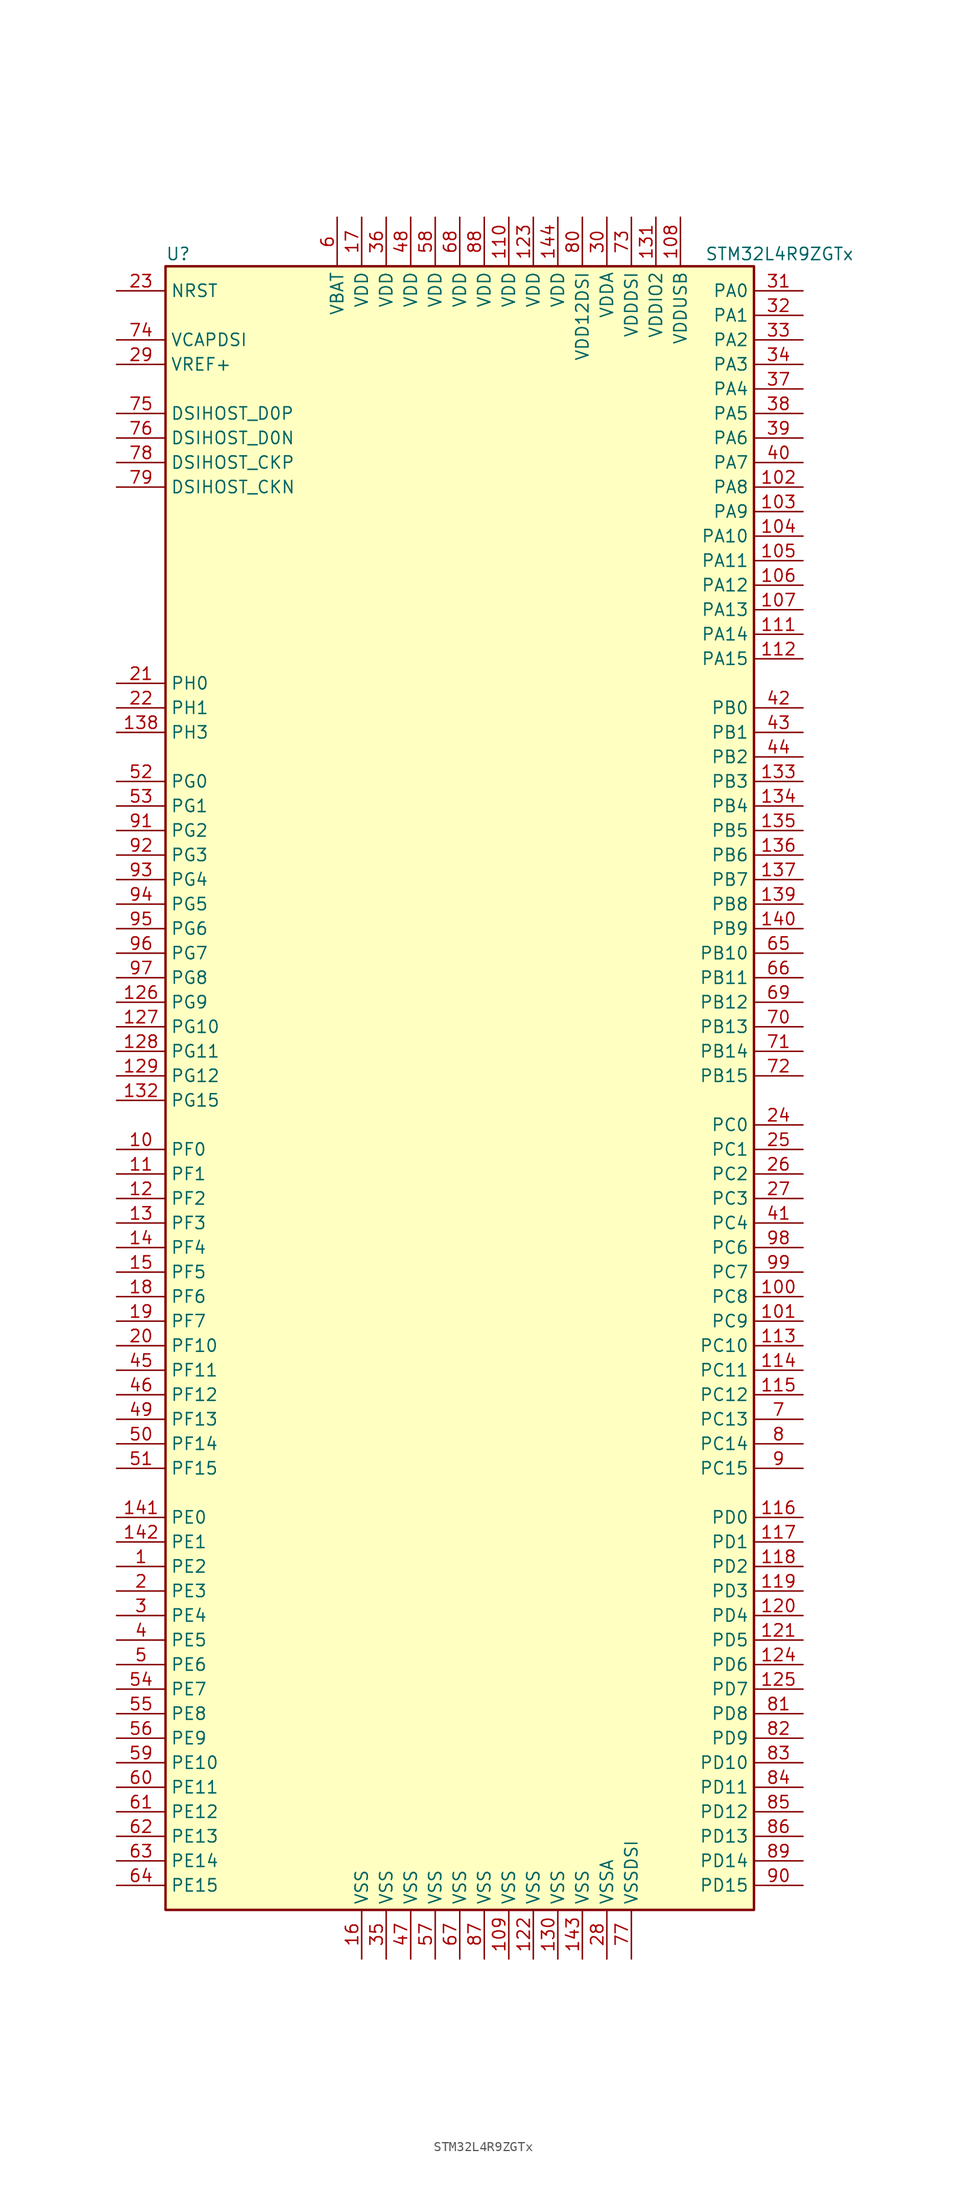
<source format=kicad_sym>
(kicad_symbol_lib
  (version 20201005)
  (generator kicad_symbol_editor)
  (symbol "STM32L4R9ZGTx"
    (property "Reference" "U"
      (at -30.48 85.09 0)
      (effects (font (size 1.27 1.27)) (justify left)))
    (property "Value" "STM32L4R9ZGTx"
      (at 25.4 85.09 0)
      (effects (font (size 1.27 1.27)) (justify left)))
    (symbol "STM32L4R9ZGTx_0_1"
      (rectangle (start -30.48 -86.36) (end 30.48 83.82) (stroke (width 0.254)) (fill (type background))))
    (symbol "STM32L4R9ZGTx_1_1"
      (pin bidirectional line (at -35.56 60.96 0) (length 5.08) (name "DSIHOST_CKN" (effects (font (size 1.27 1.27)))) (number "79" (effects (font (size 1.27 1.27)))))
      (pin bidirectional line (at -35.56 63.5 0) (length 5.08) (name "DSIHOST_CKP" (effects (font (size 1.27 1.27)))) (number "78" (effects (font (size 1.27 1.27)))))
      (pin bidirectional line (at -35.56 66.04 0) (length 5.08) (name "DSIHOST_D0N" (effects (font (size 1.27 1.27)))) (number "76" (effects (font (size 1.27 1.27)))))
      (pin bidirectional line (at -35.56 68.58 0) (length 5.08) (name "DSIHOST_D0P" (effects (font (size 1.27 1.27)))) (number "75" (effects (font (size 1.27 1.27)))))
      (pin input line (at -35.56 81.28 0) (length 5.08) (name "NRST" (effects (font (size 1.27 1.27)))) (number "23" (effects (font (size 1.27 1.27)))))
      (pin bidirectional line (at 35.56 81.28 180) (length 5.08) (name "PA0" (effects (font (size 1.27 1.27)))) (number "31" (effects (font (size 1.27 1.27)))))
      (pin bidirectional line (at 35.56 78.74 180) (length 5.08) (name "PA1" (effects (font (size 1.27 1.27)))) (number "32" (effects (font (size 1.27 1.27)))))
      (pin bidirectional line (at 35.56 55.88 180) (length 5.08) (name "PA10" (effects (font (size 1.27 1.27)))) (number "104" (effects (font (size 1.27 1.27)))))
      (pin bidirectional line (at 35.56 53.34 180) (length 5.08) (name "PA11" (effects (font (size 1.27 1.27)))) (number "105" (effects (font (size 1.27 1.27)))))
      (pin bidirectional line (at 35.56 50.8 180) (length 5.08) (name "PA12" (effects (font (size 1.27 1.27)))) (number "106" (effects (font (size 1.27 1.27)))))
      (pin bidirectional line (at 35.56 48.26 180) (length 5.08) (name "PA13" (effects (font (size 1.27 1.27)))) (number "107" (effects (font (size 1.27 1.27)))))
      (pin bidirectional line (at 35.56 45.72 180) (length 5.08) (name "PA14" (effects (font (size 1.27 1.27)))) (number "111" (effects (font (size 1.27 1.27)))))
      (pin bidirectional line (at 35.56 43.18 180) (length 5.08) (name "PA15" (effects (font (size 1.27 1.27)))) (number "112" (effects (font (size 1.27 1.27)))))
      (pin bidirectional line (at 35.56 76.2 180) (length 5.08) (name "PA2" (effects (font (size 1.27 1.27)))) (number "33" (effects (font (size 1.27 1.27)))))
      (pin bidirectional line (at 35.56 73.66 180) (length 5.08) (name "PA3" (effects (font (size 1.27 1.27)))) (number "34" (effects (font (size 1.27 1.27)))))
      (pin bidirectional line (at 35.56 71.12 180) (length 5.08) (name "PA4" (effects (font (size 1.27 1.27)))) (number "37" (effects (font (size 1.27 1.27)))))
      (pin bidirectional line (at 35.56 68.58 180) (length 5.08) (name "PA5" (effects (font (size 1.27 1.27)))) (number "38" (effects (font (size 1.27 1.27)))))
      (pin bidirectional line (at 35.56 66.04 180) (length 5.08) (name "PA6" (effects (font (size 1.27 1.27)))) (number "39" (effects (font (size 1.27 1.27)))))
      (pin bidirectional line (at 35.56 63.5 180) (length 5.08) (name "PA7" (effects (font (size 1.27 1.27)))) (number "40" (effects (font (size 1.27 1.27)))))
      (pin bidirectional line (at 35.56 60.96 180) (length 5.08) (name "PA8" (effects (font (size 1.27 1.27)))) (number "102" (effects (font (size 1.27 1.27)))))
      (pin bidirectional line (at 35.56 58.42 180) (length 5.08) (name "PA9" (effects (font (size 1.27 1.27)))) (number "103" (effects (font (size 1.27 1.27)))))
      (pin bidirectional line (at 35.56 38.1 180) (length 5.08) (name "PB0" (effects (font (size 1.27 1.27)))) (number "42" (effects (font (size 1.27 1.27)))))
      (pin bidirectional line (at 35.56 35.56 180) (length 5.08) (name "PB1" (effects (font (size 1.27 1.27)))) (number "43" (effects (font (size 1.27 1.27)))))
      (pin bidirectional line (at 35.56 12.7 180) (length 5.08) (name "PB10" (effects (font (size 1.27 1.27)))) (number "65" (effects (font (size 1.27 1.27)))))
      (pin bidirectional line (at 35.56 10.16 180) (length 5.08) (name "PB11" (effects (font (size 1.27 1.27)))) (number "66" (effects (font (size 1.27 1.27)))))
      (pin bidirectional line (at 35.56 7.62 180) (length 5.08) (name "PB12" (effects (font (size 1.27 1.27)))) (number "69" (effects (font (size 1.27 1.27)))))
      (pin bidirectional line (at 35.56 5.08 180) (length 5.08) (name "PB13" (effects (font (size 1.27 1.27)))) (number "70" (effects (font (size 1.27 1.27)))))
      (pin bidirectional line (at 35.56 2.54 180) (length 5.08) (name "PB14" (effects (font (size 1.27 1.27)))) (number "71" (effects (font (size 1.27 1.27)))))
      (pin bidirectional line (at 35.56 0 180) (length 5.08) (name "PB15" (effects (font (size 1.27 1.27)))) (number "72" (effects (font (size 1.27 1.27)))))
      (pin bidirectional line (at 35.56 33.02 180) (length 5.08) (name "PB2" (effects (font (size 1.27 1.27)))) (number "44" (effects (font (size 1.27 1.27)))))
      (pin bidirectional line (at 35.56 30.48 180) (length 5.08) (name "PB3" (effects (font (size 1.27 1.27)))) (number "133" (effects (font (size 1.27 1.27)))))
      (pin bidirectional line (at 35.56 27.94 180) (length 5.08) (name "PB4" (effects (font (size 1.27 1.27)))) (number "134" (effects (font (size 1.27 1.27)))))
      (pin bidirectional line (at 35.56 25.4 180) (length 5.08) (name "PB5" (effects (font (size 1.27 1.27)))) (number "135" (effects (font (size 1.27 1.27)))))
      (pin bidirectional line (at 35.56 22.86 180) (length 5.08) (name "PB6" (effects (font (size 1.27 1.27)))) (number "136" (effects (font (size 1.27 1.27)))))
      (pin bidirectional line (at 35.56 20.32 180) (length 5.08) (name "PB7" (effects (font (size 1.27 1.27)))) (number "137" (effects (font (size 1.27 1.27)))))
      (pin bidirectional line (at 35.56 17.78 180) (length 5.08) (name "PB8" (effects (font (size 1.27 1.27)))) (number "139" (effects (font (size 1.27 1.27)))))
      (pin bidirectional line (at 35.56 15.24 180) (length 5.08) (name "PB9" (effects (font (size 1.27 1.27)))) (number "140" (effects (font (size 1.27 1.27)))))
      (pin bidirectional line (at 35.56 -5.08 180) (length 5.08) (name "PC0" (effects (font (size 1.27 1.27)))) (number "24" (effects (font (size 1.27 1.27)))))
      (pin bidirectional line (at 35.56 -7.62 180) (length 5.08) (name "PC1" (effects (font (size 1.27 1.27)))) (number "25" (effects (font (size 1.27 1.27)))))
      (pin bidirectional line (at 35.56 -27.94 180) (length 5.08) (name "PC10" (effects (font (size 1.27 1.27)))) (number "113" (effects (font (size 1.27 1.27)))))
      (pin bidirectional line (at 35.56 -30.48 180) (length 5.08) (name "PC11" (effects (font (size 1.27 1.27)))) (number "114" (effects (font (size 1.27 1.27)))))
      (pin bidirectional line (at 35.56 -33.02 180) (length 5.08) (name "PC12" (effects (font (size 1.27 1.27)))) (number "115" (effects (font (size 1.27 1.27)))))
      (pin bidirectional line (at 35.56 -35.56 180) (length 5.08) (name "PC13" (effects (font (size 1.27 1.27)))) (number "7" (effects (font (size 1.27 1.27)))))
      (pin bidirectional line (at 35.56 -38.1 180) (length 5.08) (name "PC14" (effects (font (size 1.27 1.27)))) (number "8" (effects (font (size 1.27 1.27)))))
      (pin bidirectional line (at 35.56 -40.64 180) (length 5.08) (name "PC15" (effects (font (size 1.27 1.27)))) (number "9" (effects (font (size 1.27 1.27)))))
      (pin bidirectional line (at 35.56 -10.16 180) (length 5.08) (name "PC2" (effects (font (size 1.27 1.27)))) (number "26" (effects (font (size 1.27 1.27)))))
      (pin bidirectional line (at 35.56 -12.7 180) (length 5.08) (name "PC3" (effects (font (size 1.27 1.27)))) (number "27" (effects (font (size 1.27 1.27)))))
      (pin bidirectional line (at 35.56 -15.24 180) (length 5.08) (name "PC4" (effects (font (size 1.27 1.27)))) (number "41" (effects (font (size 1.27 1.27)))))
      (pin bidirectional line (at 35.56 -17.78 180) (length 5.08) (name "PC6" (effects (font (size 1.27 1.27)))) (number "98" (effects (font (size 1.27 1.27)))))
      (pin bidirectional line (at 35.56 -20.32 180) (length 5.08) (name "PC7" (effects (font (size 1.27 1.27)))) (number "99" (effects (font (size 1.27 1.27)))))
      (pin bidirectional line (at 35.56 -22.86 180) (length 5.08) (name "PC8" (effects (font (size 1.27 1.27)))) (number "100" (effects (font (size 1.27 1.27)))))
      (pin bidirectional line (at 35.56 -25.4 180) (length 5.08) (name "PC9" (effects (font (size 1.27 1.27)))) (number "101" (effects (font (size 1.27 1.27)))))
      (pin bidirectional line (at 35.56 -45.72 180) (length 5.08) (name "PD0" (effects (font (size 1.27 1.27)))) (number "116" (effects (font (size 1.27 1.27)))))
      (pin bidirectional line (at 35.56 -48.26 180) (length 5.08) (name "PD1" (effects (font (size 1.27 1.27)))) (number "117" (effects (font (size 1.27 1.27)))))
      (pin bidirectional line (at 35.56 -71.12 180) (length 5.08) (name "PD10" (effects (font (size 1.27 1.27)))) (number "83" (effects (font (size 1.27 1.27)))))
      (pin bidirectional line (at 35.56 -73.66 180) (length 5.08) (name "PD11" (effects (font (size 1.27 1.27)))) (number "84" (effects (font (size 1.27 1.27)))))
      (pin bidirectional line (at 35.56 -76.2 180) (length 5.08) (name "PD12" (effects (font (size 1.27 1.27)))) (number "85" (effects (font (size 1.27 1.27)))))
      (pin bidirectional line (at 35.56 -78.74 180) (length 5.08) (name "PD13" (effects (font (size 1.27 1.27)))) (number "86" (effects (font (size 1.27 1.27)))))
      (pin bidirectional line (at 35.56 -81.28 180) (length 5.08) (name "PD14" (effects (font (size 1.27 1.27)))) (number "89" (effects (font (size 1.27 1.27)))))
      (pin bidirectional line (at 35.56 -83.82 180) (length 5.08) (name "PD15" (effects (font (size 1.27 1.27)))) (number "90" (effects (font (size 1.27 1.27)))))
      (pin bidirectional line (at 35.56 -50.8 180) (length 5.08) (name "PD2" (effects (font (size 1.27 1.27)))) (number "118" (effects (font (size 1.27 1.27)))))
      (pin bidirectional line (at 35.56 -53.34 180) (length 5.08) (name "PD3" (effects (font (size 1.27 1.27)))) (number "119" (effects (font (size 1.27 1.27)))))
      (pin bidirectional line (at 35.56 -55.88 180) (length 5.08) (name "PD4" (effects (font (size 1.27 1.27)))) (number "120" (effects (font (size 1.27 1.27)))))
      (pin bidirectional line (at 35.56 -58.42 180) (length 5.08) (name "PD5" (effects (font (size 1.27 1.27)))) (number "121" (effects (font (size 1.27 1.27)))))
      (pin bidirectional line (at 35.56 -60.96 180) (length 5.08) (name "PD6" (effects (font (size 1.27 1.27)))) (number "124" (effects (font (size 1.27 1.27)))))
      (pin bidirectional line (at 35.56 -63.5 180) (length 5.08) (name "PD7" (effects (font (size 1.27 1.27)))) (number "125" (effects (font (size 1.27 1.27)))))
      (pin bidirectional line (at 35.56 -66.04 180) (length 5.08) (name "PD8" (effects (font (size 1.27 1.27)))) (number "81" (effects (font (size 1.27 1.27)))))
      (pin bidirectional line (at 35.56 -68.58 180) (length 5.08) (name "PD9" (effects (font (size 1.27 1.27)))) (number "82" (effects (font (size 1.27 1.27)))))
      (pin bidirectional line (at -35.56 -45.72 0) (length 5.08) (name "PE0" (effects (font (size 1.27 1.27)))) (number "141" (effects (font (size 1.27 1.27)))))
      (pin bidirectional line (at -35.56 -48.26 0) (length 5.08) (name "PE1" (effects (font (size 1.27 1.27)))) (number "142" (effects (font (size 1.27 1.27)))))
      (pin bidirectional line (at -35.56 -71.12 0) (length 5.08) (name "PE10" (effects (font (size 1.27 1.27)))) (number "59" (effects (font (size 1.27 1.27)))))
      (pin bidirectional line (at -35.56 -73.66 0) (length 5.08) (name "PE11" (effects (font (size 1.27 1.27)))) (number "60" (effects (font (size 1.27 1.27)))))
      (pin bidirectional line (at -35.56 -76.2 0) (length 5.08) (name "PE12" (effects (font (size 1.27 1.27)))) (number "61" (effects (font (size 1.27 1.27)))))
      (pin bidirectional line (at -35.56 -78.74 0) (length 5.08) (name "PE13" (effects (font (size 1.27 1.27)))) (number "62" (effects (font (size 1.27 1.27)))))
      (pin bidirectional line (at -35.56 -81.28 0) (length 5.08) (name "PE14" (effects (font (size 1.27 1.27)))) (number "63" (effects (font (size 1.27 1.27)))))
      (pin bidirectional line (at -35.56 -83.82 0) (length 5.08) (name "PE15" (effects (font (size 1.27 1.27)))) (number "64" (effects (font (size 1.27 1.27)))))
      (pin bidirectional line (at -35.56 -50.8 0) (length 5.08) (name "PE2" (effects (font (size 1.27 1.27)))) (number "1" (effects (font (size 1.27 1.27)))))
      (pin bidirectional line (at -35.56 -53.34 0) (length 5.08) (name "PE3" (effects (font (size 1.27 1.27)))) (number "2" (effects (font (size 1.27 1.27)))))
      (pin bidirectional line (at -35.56 -55.88 0) (length 5.08) (name "PE4" (effects (font (size 1.27 1.27)))) (number "3" (effects (font (size 1.27 1.27)))))
      (pin bidirectional line (at -35.56 -58.42 0) (length 5.08) (name "PE5" (effects (font (size 1.27 1.27)))) (number "4" (effects (font (size 1.27 1.27)))))
      (pin bidirectional line (at -35.56 -60.96 0) (length 5.08) (name "PE6" (effects (font (size 1.27 1.27)))) (number "5" (effects (font (size 1.27 1.27)))))
      (pin bidirectional line (at -35.56 -63.5 0) (length 5.08) (name "PE7" (effects (font (size 1.27 1.27)))) (number "54" (effects (font (size 1.27 1.27)))))
      (pin bidirectional line (at -35.56 -66.04 0) (length 5.08) (name "PE8" (effects (font (size 1.27 1.27)))) (number "55" (effects (font (size 1.27 1.27)))))
      (pin bidirectional line (at -35.56 -68.58 0) (length 5.08) (name "PE9" (effects (font (size 1.27 1.27)))) (number "56" (effects (font (size 1.27 1.27)))))
      (pin bidirectional line (at -35.56 -7.62 0) (length 5.08) (name "PF0" (effects (font (size 1.27 1.27)))) (number "10" (effects (font (size 1.27 1.27)))))
      (pin bidirectional line (at -35.56 -10.16 0) (length 5.08) (name "PF1" (effects (font (size 1.27 1.27)))) (number "11" (effects (font (size 1.27 1.27)))))
      (pin bidirectional line (at -35.56 -27.94 0) (length 5.08) (name "PF10" (effects (font (size 1.27 1.27)))) (number "20" (effects (font (size 1.27 1.27)))))
      (pin bidirectional line (at -35.56 -30.48 0) (length 5.08) (name "PF11" (effects (font (size 1.27 1.27)))) (number "45" (effects (font (size 1.27 1.27)))))
      (pin bidirectional line (at -35.56 -33.02 0) (length 5.08) (name "PF12" (effects (font (size 1.27 1.27)))) (number "46" (effects (font (size 1.27 1.27)))))
      (pin bidirectional line (at -35.56 -35.56 0) (length 5.08) (name "PF13" (effects (font (size 1.27 1.27)))) (number "49" (effects (font (size 1.27 1.27)))))
      (pin bidirectional line (at -35.56 -38.1 0) (length 5.08) (name "PF14" (effects (font (size 1.27 1.27)))) (number "50" (effects (font (size 1.27 1.27)))))
      (pin bidirectional line (at -35.56 -40.64 0) (length 5.08) (name "PF15" (effects (font (size 1.27 1.27)))) (number "51" (effects (font (size 1.27 1.27)))))
      (pin bidirectional line (at -35.56 -12.7 0) (length 5.08) (name "PF2" (effects (font (size 1.27 1.27)))) (number "12" (effects (font (size 1.27 1.27)))))
      (pin bidirectional line (at -35.56 -15.24 0) (length 5.08) (name "PF3" (effects (font (size 1.27 1.27)))) (number "13" (effects (font (size 1.27 1.27)))))
      (pin bidirectional line (at -35.56 -17.78 0) (length 5.08) (name "PF4" (effects (font (size 1.27 1.27)))) (number "14" (effects (font (size 1.27 1.27)))))
      (pin bidirectional line (at -35.56 -20.32 0) (length 5.08) (name "PF5" (effects (font (size 1.27 1.27)))) (number "15" (effects (font (size 1.27 1.27)))))
      (pin bidirectional line (at -35.56 -22.86 0) (length 5.08) (name "PF6" (effects (font (size 1.27 1.27)))) (number "18" (effects (font (size 1.27 1.27)))))
      (pin bidirectional line (at -35.56 -25.4 0) (length 5.08) (name "PF7" (effects (font (size 1.27 1.27)))) (number "19" (effects (font (size 1.27 1.27)))))
      (pin bidirectional line (at -35.56 30.48 0) (length 5.08) (name "PG0" (effects (font (size 1.27 1.27)))) (number "52" (effects (font (size 1.27 1.27)))))
      (pin bidirectional line (at -35.56 27.94 0) (length 5.08) (name "PG1" (effects (font (size 1.27 1.27)))) (number "53" (effects (font (size 1.27 1.27)))))
      (pin bidirectional line (at -35.56 5.08 0) (length 5.08) (name "PG10" (effects (font (size 1.27 1.27)))) (number "127" (effects (font (size 1.27 1.27)))))
      (pin bidirectional line (at -35.56 2.54 0) (length 5.08) (name "PG11" (effects (font (size 1.27 1.27)))) (number "128" (effects (font (size 1.27 1.27)))))
      (pin bidirectional line (at -35.56 0 0) (length 5.08) (name "PG12" (effects (font (size 1.27 1.27)))) (number "129" (effects (font (size 1.27 1.27)))))
      (pin bidirectional line (at -35.56 -2.54 0) (length 5.08) (name "PG15" (effects (font (size 1.27 1.27)))) (number "132" (effects (font (size 1.27 1.27)))))
      (pin bidirectional line (at -35.56 25.4 0) (length 5.08) (name "PG2" (effects (font (size 1.27 1.27)))) (number "91" (effects (font (size 1.27 1.27)))))
      (pin bidirectional line (at -35.56 22.86 0) (length 5.08) (name "PG3" (effects (font (size 1.27 1.27)))) (number "92" (effects (font (size 1.27 1.27)))))
      (pin bidirectional line (at -35.56 20.32 0) (length 5.08) (name "PG4" (effects (font (size 1.27 1.27)))) (number "93" (effects (font (size 1.27 1.27)))))
      (pin bidirectional line (at -35.56 17.78 0) (length 5.08) (name "PG5" (effects (font (size 1.27 1.27)))) (number "94" (effects (font (size 1.27 1.27)))))
      (pin bidirectional line (at -35.56 15.24 0) (length 5.08) (name "PG6" (effects (font (size 1.27 1.27)))) (number "95" (effects (font (size 1.27 1.27)))))
      (pin bidirectional line (at -35.56 12.7 0) (length 5.08) (name "PG7" (effects (font (size 1.27 1.27)))) (number "96" (effects (font (size 1.27 1.27)))))
      (pin bidirectional line (at -35.56 10.16 0) (length 5.08) (name "PG8" (effects (font (size 1.27 1.27)))) (number "97" (effects (font (size 1.27 1.27)))))
      (pin bidirectional line (at -35.56 7.62 0) (length 5.08) (name "PG9" (effects (font (size 1.27 1.27)))) (number "126" (effects (font (size 1.27 1.27)))))
      (pin input line (at -35.56 40.64 0) (length 5.08) (name "PH0" (effects (font (size 1.27 1.27)))) (number "21" (effects (font (size 1.27 1.27)))))
      (pin input line (at -35.56 38.1 0) (length 5.08) (name "PH1" (effects (font (size 1.27 1.27)))) (number "22" (effects (font (size 1.27 1.27)))))
      (pin bidirectional line (at -35.56 35.56 0) (length 5.08) (name "PH3" (effects (font (size 1.27 1.27)))) (number "138" (effects (font (size 1.27 1.27)))))
      (pin power_in line (at -12.7 88.9 270) (length 5.08) (name "VBAT" (effects (font (size 1.27 1.27)))) (number "6" (effects (font (size 1.27 1.27)))))
      (pin power_in line (at -35.56 76.2 0) (length 5.08) (name "VCAPDSI" (effects (font (size 1.27 1.27)))) (number "74" (effects (font (size 1.27 1.27)))))
      (pin power_in line (at 5.08 88.9 270) (length 5.08) (name "VDD" (effects (font (size 1.27 1.27)))) (number "110" (effects (font (size 1.27 1.27)))))
      (pin power_in line (at 7.62 88.9 270) (length 5.08) (name "VDD" (effects (font (size 1.27 1.27)))) (number "123" (effects (font (size 1.27 1.27)))))
      (pin power_in line (at 10.16 88.9 270) (length 5.08) (name "VDD" (effects (font (size 1.27 1.27)))) (number "144" (effects (font (size 1.27 1.27)))))
      (pin power_in line (at -10.16 88.9 270) (length 5.08) (name "VDD" (effects (font (size 1.27 1.27)))) (number "17" (effects (font (size 1.27 1.27)))))
      (pin power_in line (at -7.62 88.9 270) (length 5.08) (name "VDD" (effects (font (size 1.27 1.27)))) (number "36" (effects (font (size 1.27 1.27)))))
      (pin power_in line (at -5.08 88.9 270) (length 5.08) (name "VDD" (effects (font (size 1.27 1.27)))) (number "48" (effects (font (size 1.27 1.27)))))
      (pin power_in line (at -2.54 88.9 270) (length 5.08) (name "VDD" (effects (font (size 1.27 1.27)))) (number "58" (effects (font (size 1.27 1.27)))))
      (pin power_in line (at 0 88.9 270) (length 5.08) (name "VDD" (effects (font (size 1.27 1.27)))) (number "68" (effects (font (size 1.27 1.27)))))
      (pin power_in line (at 2.54 88.9 270) (length 5.08) (name "VDD" (effects (font (size 1.27 1.27)))) (number "88" (effects (font (size 1.27 1.27)))))
      (pin power_in line (at 12.7 88.9 270) (length 5.08) (name "VDD12DSI" (effects (font (size 1.27 1.27)))) (number "80" (effects (font (size 1.27 1.27)))))
      (pin power_in line (at 15.24 88.9 270) (length 5.08) (name "VDDA" (effects (font (size 1.27 1.27)))) (number "30" (effects (font (size 1.27 1.27)))))
      (pin power_in line (at 17.78 88.9 270) (length 5.08) (name "VDDDSI" (effects (font (size 1.27 1.27)))) (number "73" (effects (font (size 1.27 1.27)))))
      (pin power_in line (at 20.32 88.9 270) (length 5.08) (name "VDDIO2" (effects (font (size 1.27 1.27)))) (number "131" (effects (font (size 1.27 1.27)))))
      (pin power_in line (at 22.86 88.9 270) (length 5.08) (name "VDDUSB" (effects (font (size 1.27 1.27)))) (number "108" (effects (font (size 1.27 1.27)))))
      (pin bidirectional line (at -35.56 73.66 0) (length 5.08) (name "VREF+" (effects (font (size 1.27 1.27)))) (number "29" (effects (font (size 1.27 1.27)))))
      (pin power_in line (at 5.08 -91.44 90) (length 5.08) (name "VSS" (effects (font (size 1.27 1.27)))) (number "109" (effects (font (size 1.27 1.27)))))
      (pin power_in line (at 7.62 -91.44 90) (length 5.08) (name "VSS" (effects (font (size 1.27 1.27)))) (number "122" (effects (font (size 1.27 1.27)))))
      (pin power_in line (at 10.16 -91.44 90) (length 5.08) (name "VSS" (effects (font (size 1.27 1.27)))) (number "130" (effects (font (size 1.27 1.27)))))
      (pin power_in line (at 12.7 -91.44 90) (length 5.08) (name "VSS" (effects (font (size 1.27 1.27)))) (number "143" (effects (font (size 1.27 1.27)))))
      (pin power_in line (at -10.16 -91.44 90) (length 5.08) (name "VSS" (effects (font (size 1.27 1.27)))) (number "16" (effects (font (size 1.27 1.27)))))
      (pin power_in line (at -7.62 -91.44 90) (length 5.08) (name "VSS" (effects (font (size 1.27 1.27)))) (number "35" (effects (font (size 1.27 1.27)))))
      (pin power_in line (at -5.08 -91.44 90) (length 5.08) (name "VSS" (effects (font (size 1.27 1.27)))) (number "47" (effects (font (size 1.27 1.27)))))
      (pin power_in line (at -2.54 -91.44 90) (length 5.08) (name "VSS" (effects (font (size 1.27 1.27)))) (number "57" (effects (font (size 1.27 1.27)))))
      (pin power_in line (at 0 -91.44 90) (length 5.08) (name "VSS" (effects (font (size 1.27 1.27)))) (number "67" (effects (font (size 1.27 1.27)))))
      (pin power_in line (at 2.54 -91.44 90) (length 5.08) (name "VSS" (effects (font (size 1.27 1.27)))) (number "87" (effects (font (size 1.27 1.27)))))
      (pin power_in line (at 15.24 -91.44 90) (length 5.08) (name "VSSA" (effects (font (size 1.27 1.27)))) (number "28" (effects (font (size 1.27 1.27)))))
      (pin power_in line (at 17.78 -91.44 90) (length 5.08) (name "VSSDSI" (effects (font (size 1.27 1.27)))) (number "77" (effects (font (size 1.27 1.27))))))))
</source>
